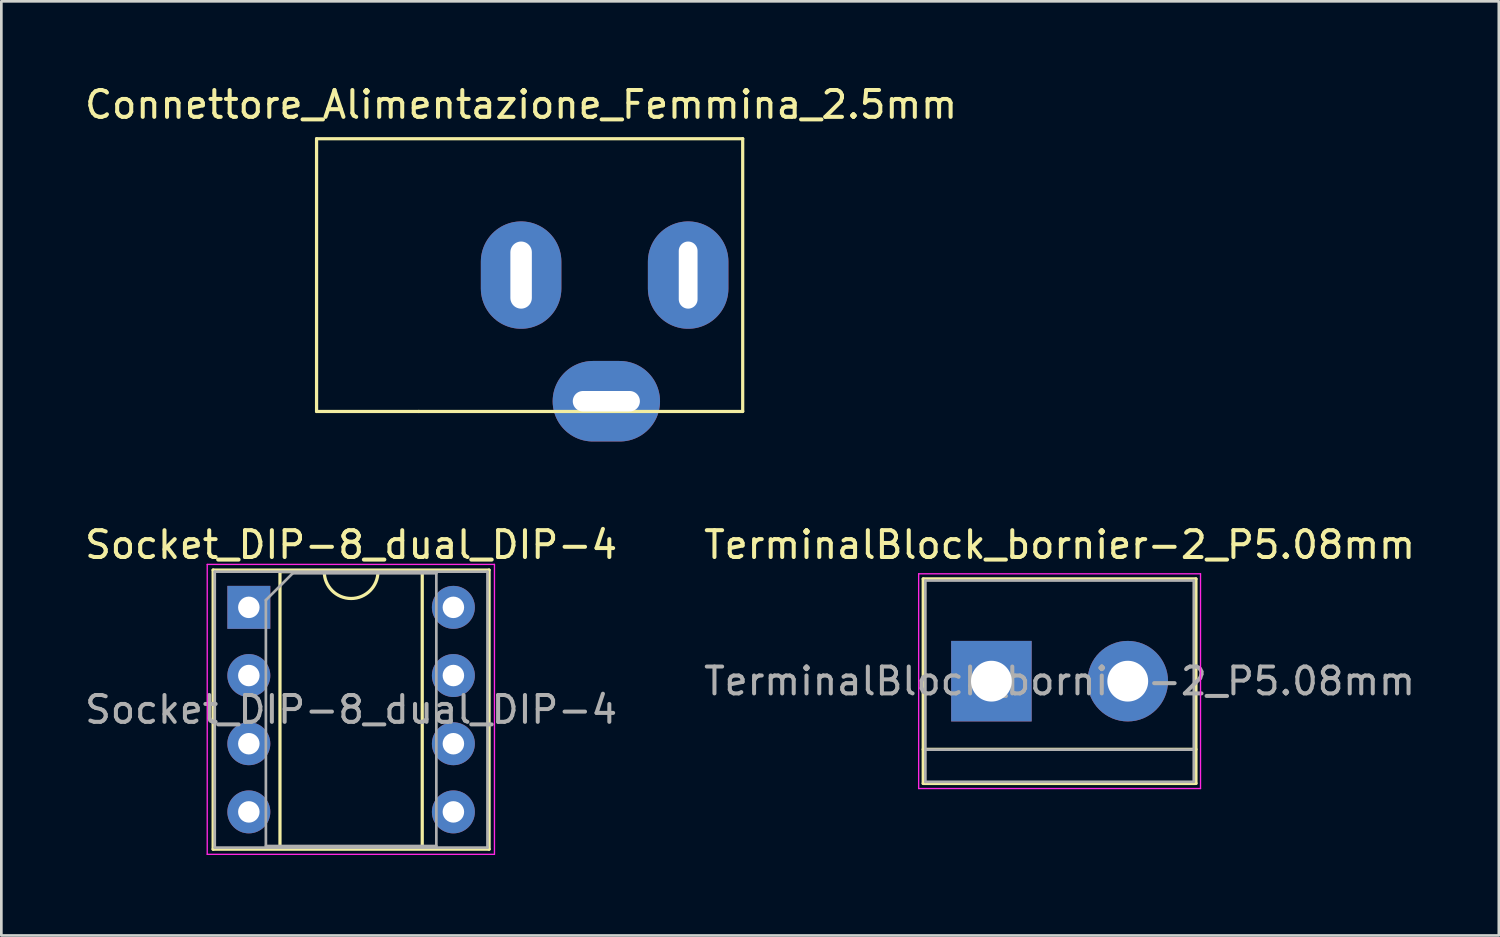
<source format=kicad_pcb>
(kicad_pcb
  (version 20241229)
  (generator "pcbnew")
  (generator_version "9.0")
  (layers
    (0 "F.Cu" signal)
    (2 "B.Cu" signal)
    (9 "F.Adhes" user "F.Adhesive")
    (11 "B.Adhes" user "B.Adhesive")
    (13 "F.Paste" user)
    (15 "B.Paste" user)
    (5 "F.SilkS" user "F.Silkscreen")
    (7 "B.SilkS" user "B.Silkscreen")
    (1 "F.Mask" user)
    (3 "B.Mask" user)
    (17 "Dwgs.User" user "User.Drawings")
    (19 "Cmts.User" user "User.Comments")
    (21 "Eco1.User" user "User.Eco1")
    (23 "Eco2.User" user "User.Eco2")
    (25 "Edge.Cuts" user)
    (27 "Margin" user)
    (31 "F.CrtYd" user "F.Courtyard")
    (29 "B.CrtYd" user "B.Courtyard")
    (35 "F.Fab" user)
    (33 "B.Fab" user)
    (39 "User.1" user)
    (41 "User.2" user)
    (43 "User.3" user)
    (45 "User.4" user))
  (footprint "Connettore_Alimentazione_Femmina_2.5mm"
    (layer "F.Cu")
    (at 16.363 7.198)
    (property "Reference" "Connettore_Alimentazione_Femmina_2.5mm" (at 0 -6.35 0) (layer "F.SilkS") (effects (font (size 1 1) (thickness 0.15))))
    (attr through_hole)
    (fp_line (start -7.62 -5.08) (end 8.255 -5.08) (stroke (width 0.12) (type solid)) (layer "F.SilkS"))
    (fp_line (start -7.62 5.08) (end -7.62 -5.08) (stroke (width 0.12) (type solid)) (layer "F.SilkS"))
    (fp_line (start -3.81 5.08) (end -7.62 5.08) (stroke (width 0.12) (type solid)) (layer "F.SilkS"))
    (fp_line (start 8.255 -5.08) (end 8.255 5.08) (stroke (width 0.12) (type solid)) (layer "F.SilkS"))
    (fp_line (start 8.255 5.08) (end -3.81 5.08) (stroke (width 0.12) (type solid)) (layer "F.SilkS"))
    (pad "1" thru_hole oval (at 6.223 0) (size 3 4) (drill oval 0.7 2.5) (layers "*.Cu" "*.Mask"))
    (pad "2" thru_hole oval (at 3.175 4.699) (size 4 3) (drill oval 2.5 0.762) (layers "*.Cu" "*.Mask"))
    (pad "3" thru_hole oval (at 0 0) (size 3 4) (drill oval 0.8 2.5) (layers "*.Cu" "*.Mask")))
  (footprint "TerminalBlock_bornier-2_P5.08mm"
    (layer "F.Cu")
    (at 33.883 22.326)
    (property "Reference" "TerminalBlock_bornier-2_P5.08mm" (at 2.54 -5.08 0) (layer "F.SilkS") (effects (font (size 1 1) (thickness 0.15))))
    (attr through_hole)
    (fp_line (start -2.54 -3.81) (end -2.54 3.81) (stroke (width 0.12) (type solid)) (layer "F.SilkS"))
    (fp_line (start -2.54 3.81) (end 7.62 3.81) (stroke (width 0.12) (type solid)) (layer "F.SilkS"))
    (fp_line (start 7.62 -3.81) (end -2.54 -3.81) (stroke (width 0.12) (type solid)) (layer "F.SilkS"))
    (fp_line (start 7.62 2.54) (end -2.54 2.54) (stroke (width 0.12) (type solid)) (layer "F.SilkS"))
    (fp_line (start 7.62 3.81) (end 7.62 -3.81) (stroke (width 0.12) (type solid)) (layer "F.SilkS"))
    (fp_line (start -2.71 -4) (end -2.71 4) (stroke (width 0.05) (type solid)) (layer "F.CrtYd"))
    (fp_line (start -2.71 -4) (end 7.79 -4) (stroke (width 0.05) (type solid)) (layer "F.CrtYd"))
    (fp_line (start 7.79 4) (end -2.71 4) (stroke (width 0.05) (type solid)) (layer "F.CrtYd"))
    (fp_line (start 7.79 4) (end 7.79 -4) (stroke (width 0.05) (type solid)) (layer "F.CrtYd"))
    (fp_line (start -2.46 -3.75) (end -2.46 3.75) (stroke (width 0.1) (type solid)) (layer "F.Fab"))
    (fp_line (start -2.46 3.75) (end 7.54 3.75) (stroke (width 0.1) (type solid)) (layer "F.Fab"))
    (fp_line (start -2.41 2.55) (end 7.49 2.55) (stroke (width 0.1) (type solid)) (layer "F.Fab"))
    (fp_line (start 7.54 -3.75) (end -2.46 -3.75) (stroke (width 0.1) (type solid)) (layer "F.Fab"))
    (fp_line (start 7.54 3.75) (end 7.54 -3.75) (stroke (width 0.1) (type solid)) (layer "F.Fab"))
    (fp_text user "${REFERENCE}" (at 2.54 0 0) (layer "F.Fab") (effects (font (size 1 1) (thickness 0.15))))
    (pad "1" thru_hole rect (at 0 0) (size 3 3) (drill 1.52) (layers "*.Cu" "*.Mask"))
    (pad "2" thru_hole circle (at 5.08 0) (size 3 3) (drill 1.52) (layers "*.Cu" "*.Mask")))
  (footprint "Socket_DIP-8_dual_DIP-4"
    (layer "F.Cu")
    (at 6.22 19.576)
    (property "Reference" "Socket_DIP-8_dual_DIP-4" (at 3.81 -2.33 0) (layer "F.SilkS") (effects (font (size 1 1) (thickness 0.15))))
    (attr through_hole)
    (fp_line (start -1.33 -1.39) (end -1.33 9.01) (stroke (width 0.12) (type solid)) (layer "F.SilkS"))
    (fp_line (start -1.33 9.01) (end 8.95 9.01) (stroke (width 0.12) (type solid)) (layer "F.SilkS"))
    (fp_line (start 1.16 -1.33) (end 1.16 8.95) (stroke (width 0.12) (type solid)) (layer "F.SilkS"))
    (fp_line (start 1.16 8.95) (end 6.46 8.95) (stroke (width 0.12) (type solid)) (layer "F.SilkS"))
    (fp_line (start 2.81 -1.33) (end 1.16 -1.33) (stroke (width 0.12) (type solid)) (layer "F.SilkS"))
    (fp_line (start 6.46 -1.33) (end 4.81 -1.33) (stroke (width 0.12) (type solid)) (layer "F.SilkS"))
    (fp_line (start 6.46 8.95) (end 6.46 -1.33) (stroke (width 0.12) (type solid)) (layer "F.SilkS"))
    (fp_line (start 8.95 -1.39) (end -1.33 -1.39) (stroke (width 0.12) (type solid)) (layer "F.SilkS"))
    (fp_line (start 8.95 9.01) (end 8.95 -1.39) (stroke (width 0.12) (type solid)) (layer "F.SilkS"))
    (fp_arc (start 4.81 -1.33) (mid 3.81 -0.33) (end 2.81 -1.33) (stroke (width 0.12) (type solid)) (layer "F.SilkS"))
    (fp_line (start -1.55 -1.6) (end -1.55 9.2) (stroke (width 0.05) (type solid)) (layer "F.CrtYd"))
    (fp_line (start -1.55 9.2) (end 9.15 9.2) (stroke (width 0.05) (type solid)) (layer "F.CrtYd"))
    (fp_line (start 9.15 -1.6) (end -1.55 -1.6) (stroke (width 0.05) (type solid)) (layer "F.CrtYd"))
    (fp_line (start 9.15 9.2) (end 9.15 -1.6) (stroke (width 0.05) (type solid)) (layer "F.CrtYd"))
    (fp_line (start -1.27 -1.33) (end -1.27 8.95) (stroke (width 0.1) (type solid)) (layer "F.Fab"))
    (fp_line (start -1.27 8.95) (end 8.89 8.95) (stroke (width 0.1) (type solid)) (layer "F.Fab"))
    (fp_line (start 0.635 -0.27) (end 1.635 -1.27) (stroke (width 0.1) (type solid)) (layer "F.Fab"))
    (fp_line (start 0.635 8.89) (end 0.635 -0.27) (stroke (width 0.1) (type solid)) (layer "F.Fab"))
    (fp_line (start 1.635 -1.27) (end 6.985 -1.27) (stroke (width 0.1) (type solid)) (layer "F.Fab"))
    (fp_line (start 6.985 -1.27) (end 6.985 8.89) (stroke (width 0.1) (type solid)) (layer "F.Fab"))
    (fp_line (start 6.985 8.89) (end 0.635 8.89) (stroke (width 0.1) (type solid)) (layer "F.Fab"))
    (fp_line (start 8.89 -1.33) (end -1.27 -1.33) (stroke (width 0.1) (type solid)) (layer "F.Fab"))
    (fp_line (start 8.89 8.95) (end 8.89 -1.33) (stroke (width 0.1) (type solid)) (layer "F.Fab"))
    (fp_text user "${REFERENCE}" (at 3.81 3.81 0) (layer "F.Fab") (effects (font (size 1 1) (thickness 0.15))))
    (pad "1" thru_hole rect (at 0 0) (size 1.6 1.6) (drill 0.8) (layers "*.Cu" "*.Mask"))
    (pad "2" thru_hole oval (at 0 2.54) (size 1.6 1.6) (drill 0.8) (layers "*.Cu" "*.Mask"))
    (pad "3" thru_hole oval (at 0 5.08) (size 1.6 1.6) (drill 0.8) (layers "*.Cu" "*.Mask"))
    (pad "4" thru_hole oval (at 0 7.62) (size 1.6 1.6) (drill 0.8) (layers "*.Cu" "*.Mask"))
    (pad "5" thru_hole oval (at 7.62 7.62) (size 1.6 1.6) (drill 0.8) (layers "*.Cu" "*.Mask"))
    (pad "6" thru_hole oval (at 7.62 5.08) (size 1.6 1.6) (drill 0.8) (layers "*.Cu" "*.Mask"))
    (pad "7" thru_hole oval (at 7.62 2.54) (size 1.6 1.6) (drill 0.8) (layers "*.Cu" "*.Mask"))
    (pad "8" thru_hole oval (at 7.62 0) (size 1.6 1.6) (drill 0.8) (layers "*.Cu" "*.Mask")))
  (gr_rect
    (start -3 -3)
    (end 52.786 31.8)
    (stroke (width 0.1) (type default))
    (fill no)
    (layer "Edge.Cuts")))
</source>
